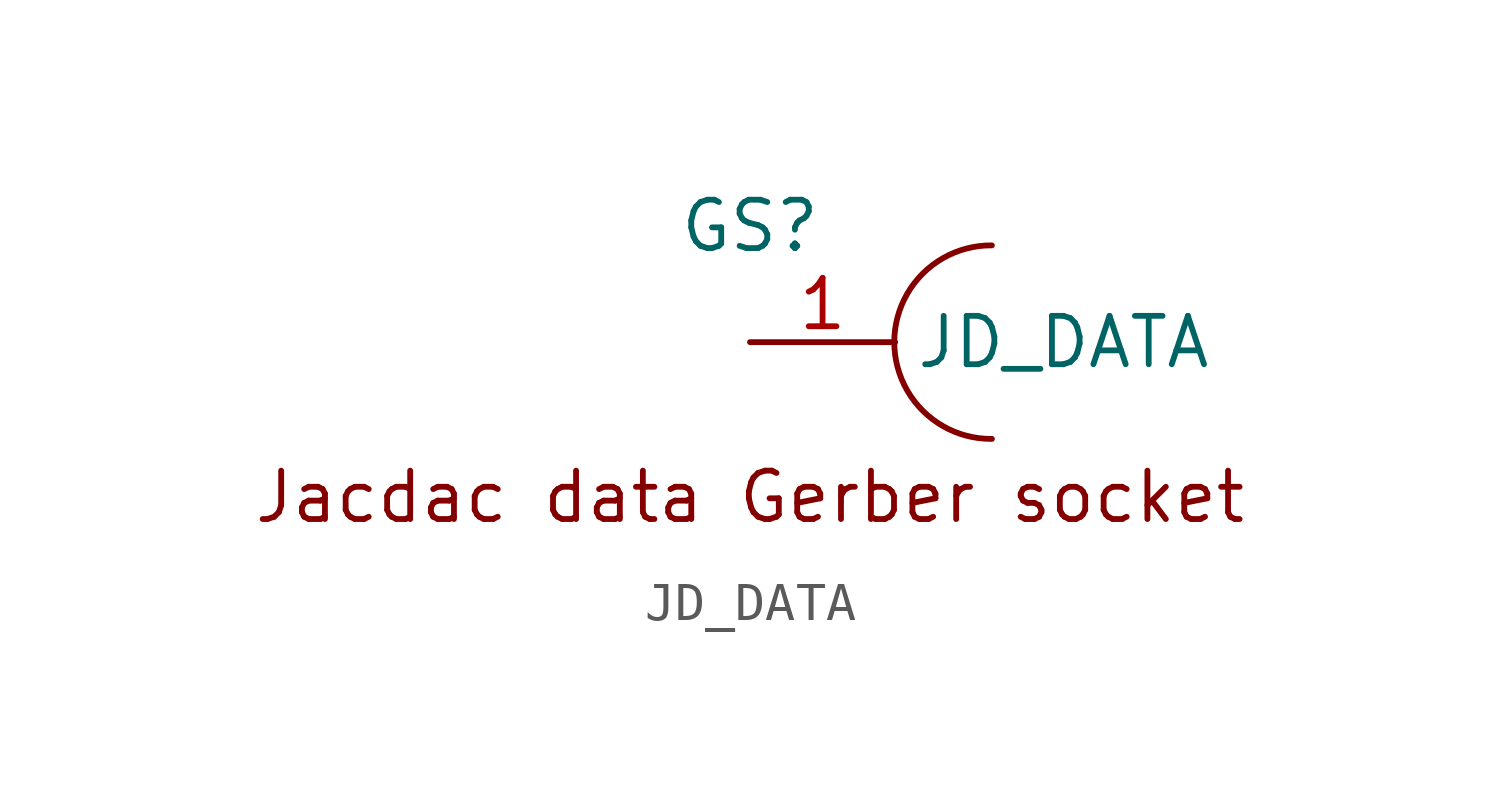
<source format=kicad_sym>
(kicad_symbol_lib
  (version 20231120)
  (generator "kicad_symbol_editor")
  (generator_version "8.0")
  (symbol "JD_DATA"
    (property "Reference" "GS"
      (at 0 3.048 0)
      (effects (font (size 1.27 1.27))))
    (property "Value" ""
      (at 0 0 0)
      (effects (font (size 1.27 1.27))))
    (symbol "JD_DATA_0_1"
      (arc (start 6.35 2.54) (mid 3.7874 0) (end 6.35 -2.54) (stroke (width 0) (type default)) (fill (type none))))
    (symbol "JD_DATA_1_1"
      (text "Jacdac data Gerber socket" (at 0 -4.064 0) (effects (font (size 1.27 1.27))))
      (pin bidirectional line (at 0 0 0) (length 3.81) (name "JD_DATA" (effects (font (size 1.27 1.27)))) (number "1" (effects (font (size 1.27 1.27))))))))
</source>
